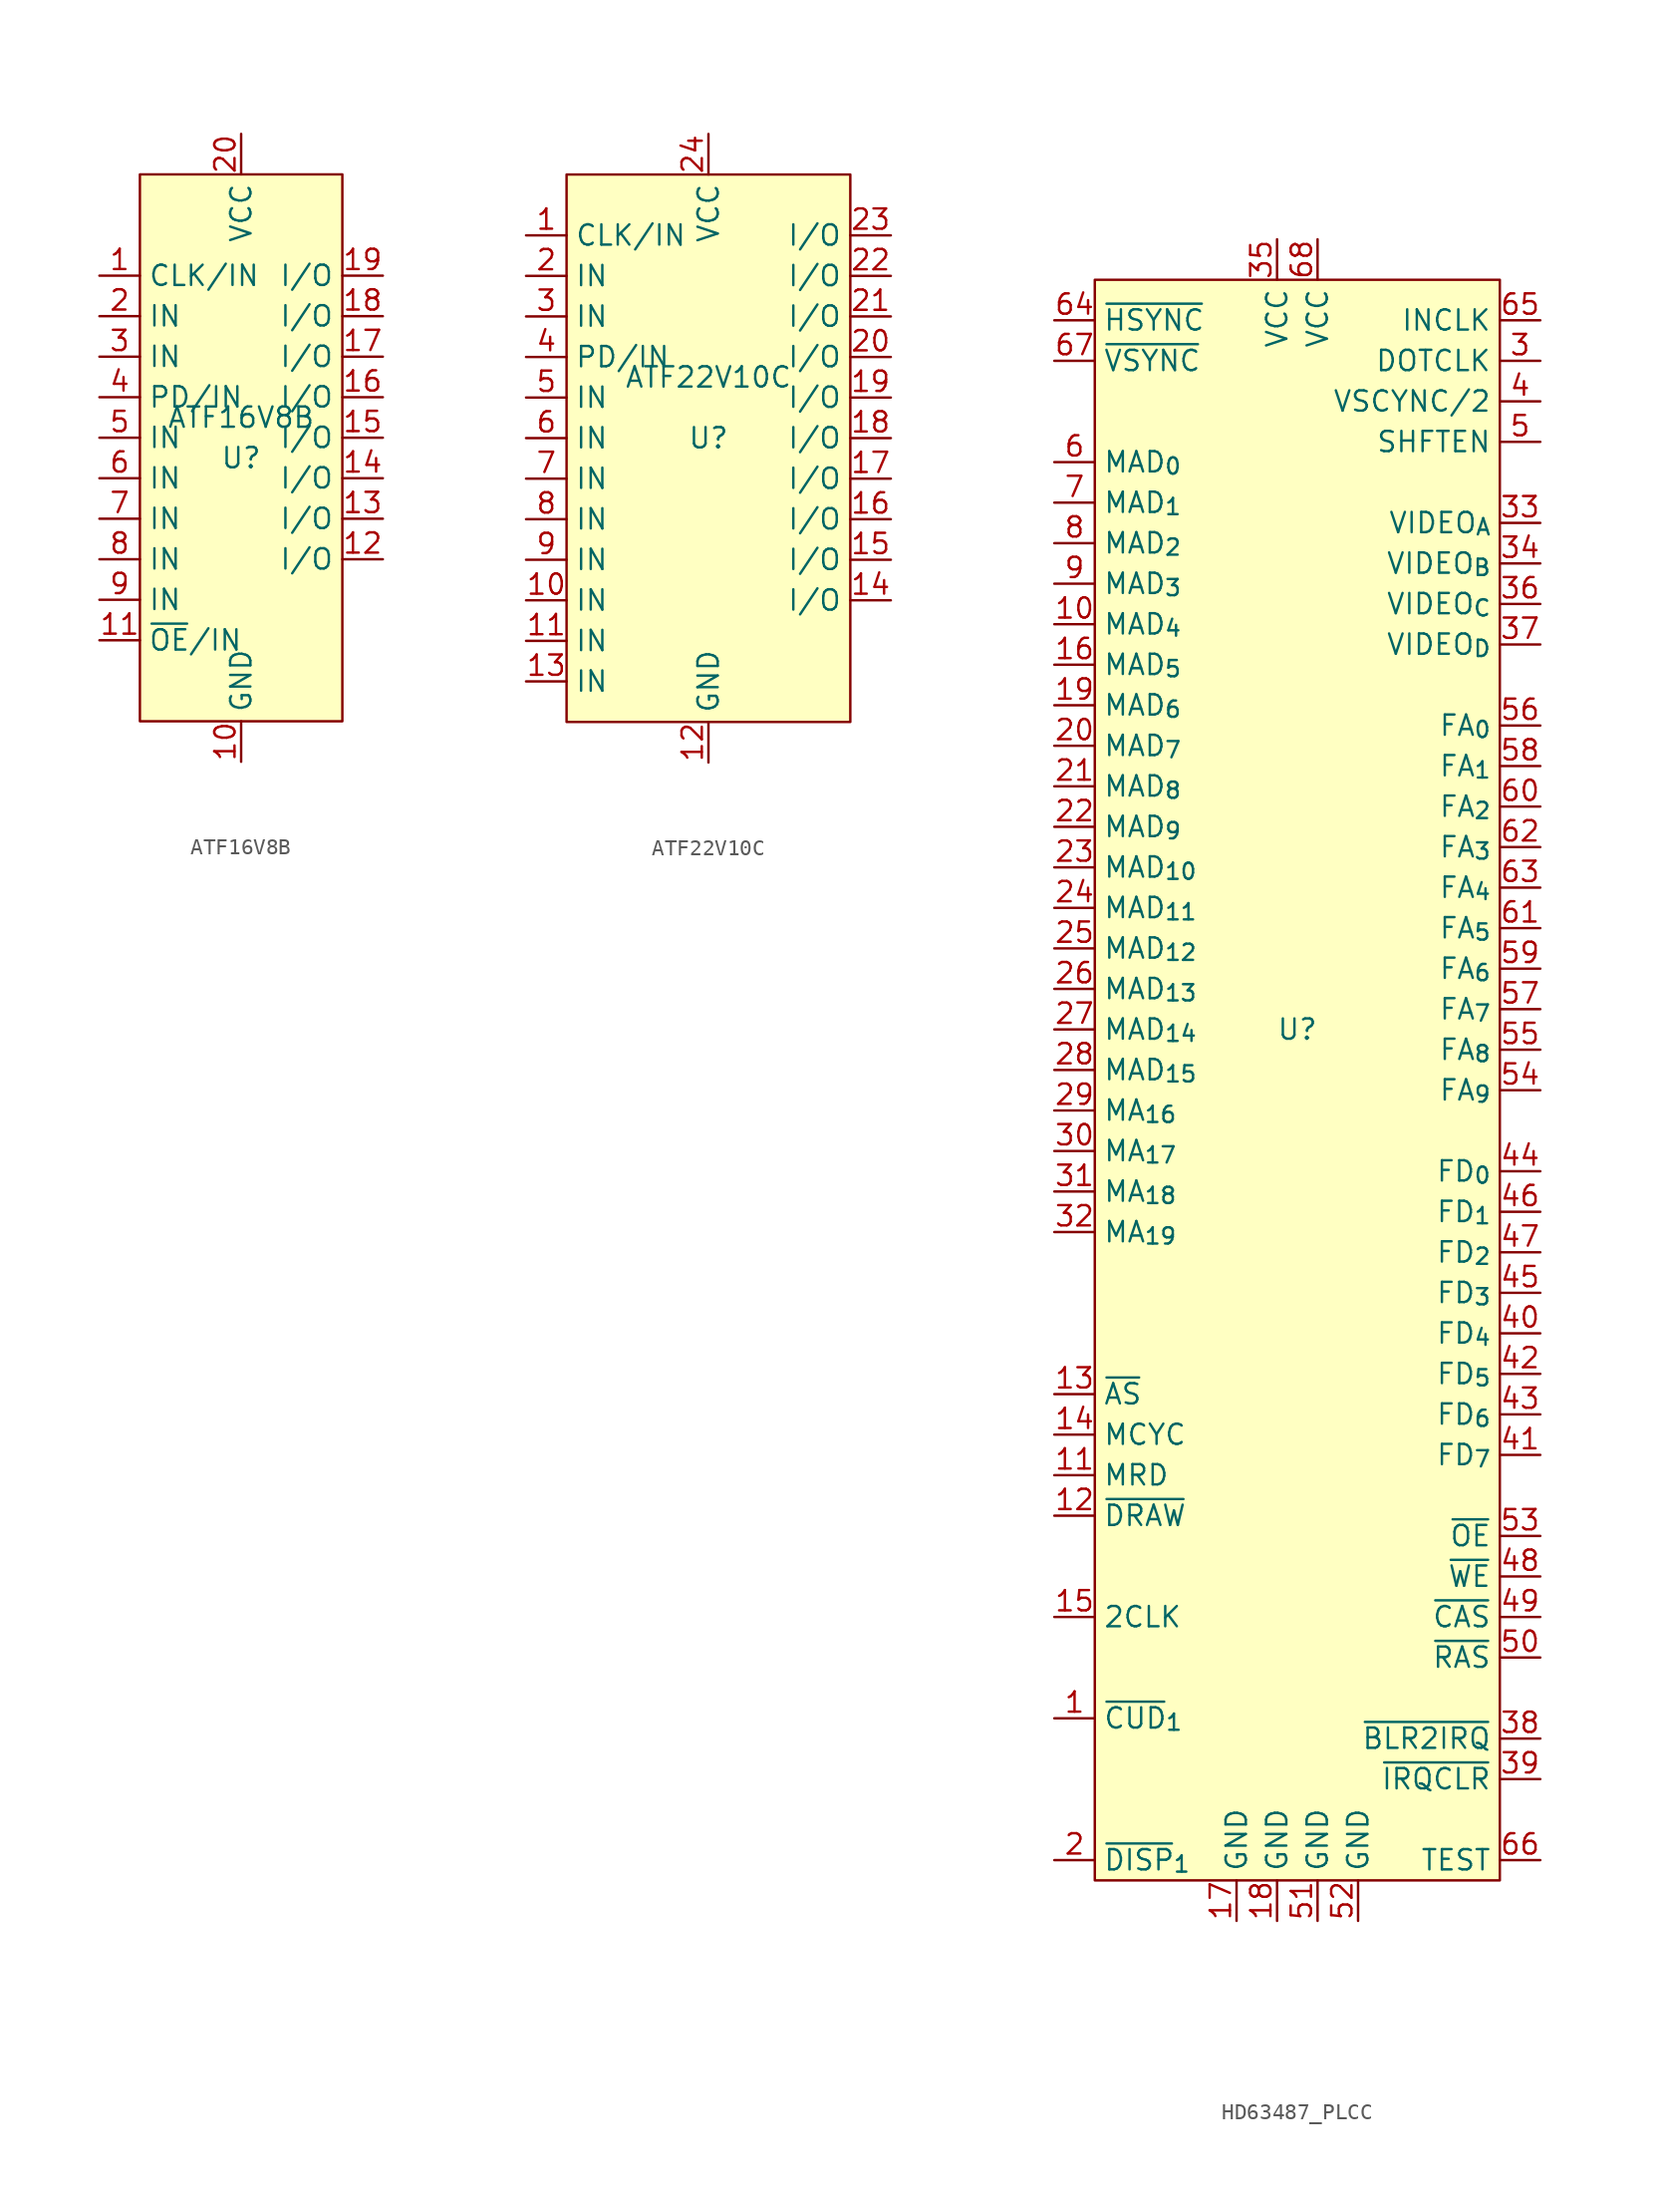
<source format=kicad_sym>
(kicad_symbol_lib
  (version 20231120)
  (generator "kicad_symbol_editor")
  (generator_version "8.0")
  (symbol "ATF16V8B"
    (property "Reference" "U"
      (at 0 0 0)
      (effects (font (size 1.27 1.27))))
    (property "Value" "ATF16V8B"
      (at 0 2.54 0)
      (effects (font (size 1.27 1.27))))
    (symbol "ATF16V8B_0_1"
      (rectangle (start -6.35 17.78) (end 6.35 -16.51) (stroke (width 0) (type default)) (fill (type background))))
    (symbol "ATF16V8B_1_1"
      (pin input line (at -8.89 11.43 0) (length 2.54) (name "CLK/IN" (effects (font (size 1.27 1.27)))) (number "1" (effects (font (size 1.27 1.27)))))
      (pin power_in line (at 0 -19.05 90) (length 2.54) (name "GND" (effects (font (size 1.27 1.27)))) (number "10" (effects (font (size 1.27 1.27)))))
      (pin input line (at -8.89 -11.43 0) (length 2.54) (name "~{OE}/IN" (effects (font (size 1.27 1.27)))) (number "11" (effects (font (size 1.27 1.27)))))
      (pin tri_state line (at 8.89 -6.35 180) (length 2.54) (name "I/O" (effects (font (size 1.27 1.27)))) (number "12" (effects (font (size 1.27 1.27)))))
      (pin tri_state line (at 8.89 -3.81 180) (length 2.54) (name "I/O" (effects (font (size 1.27 1.27)))) (number "13" (effects (font (size 1.27 1.27)))))
      (pin tri_state line (at 8.89 -1.27 180) (length 2.54) (name "I/O" (effects (font (size 1.27 1.27)))) (number "14" (effects (font (size 1.27 1.27)))))
      (pin tri_state line (at 8.89 1.27 180) (length 2.54) (name "I/O" (effects (font (size 1.27 1.27)))) (number "15" (effects (font (size 1.27 1.27)))))
      (pin tri_state line (at 8.89 3.81 180) (length 2.54) (name "I/O" (effects (font (size 1.27 1.27)))) (number "16" (effects (font (size 1.27 1.27)))))
      (pin tri_state line (at 8.89 6.35 180) (length 2.54) (name "I/O" (effects (font (size 1.27 1.27)))) (number "17" (effects (font (size 1.27 1.27)))))
      (pin tri_state line (at 8.89 8.89 180) (length 2.54) (name "I/O" (effects (font (size 1.27 1.27)))) (number "18" (effects (font (size 1.27 1.27)))))
      (pin tri_state line (at 8.89 11.43 180) (length 2.54) (name "I/O" (effects (font (size 1.27 1.27)))) (number "19" (effects (font (size 1.27 1.27)))))
      (pin input line (at -8.89 8.89 0) (length 2.54) (name "IN" (effects (font (size 1.27 1.27)))) (number "2" (effects (font (size 1.27 1.27)))))
      (pin power_in line (at 0 20.32 270) (length 2.54) (name "VCC" (effects (font (size 1.27 1.27)))) (number "20" (effects (font (size 1.27 1.27)))))
      (pin input line (at -8.89 6.35 0) (length 2.54) (name "IN" (effects (font (size 1.27 1.27)))) (number "3" (effects (font (size 1.27 1.27)))))
      (pin input line (at -8.89 3.81 0) (length 2.54) (name "PD/IN" (effects (font (size 1.27 1.27)))) (number "4" (effects (font (size 1.27 1.27)))))
      (pin input line (at -8.89 1.27 0) (length 2.54) (name "IN" (effects (font (size 1.27 1.27)))) (number "5" (effects (font (size 1.27 1.27)))))
      (pin input line (at -8.89 -1.27 0) (length 2.54) (name "IN" (effects (font (size 1.27 1.27)))) (number "6" (effects (font (size 1.27 1.27)))))
      (pin input line (at -8.89 -3.81 0) (length 2.54) (name "IN" (effects (font (size 1.27 1.27)))) (number "7" (effects (font (size 1.27 1.27)))))
      (pin input line (at -8.89 -6.35 0) (length 2.54) (name "IN" (effects (font (size 1.27 1.27)))) (number "8" (effects (font (size 1.27 1.27)))))
      (pin input line (at -8.89 -8.89 0) (length 2.54) (name "IN" (effects (font (size 1.27 1.27)))) (number "9" (effects (font (size 1.27 1.27)))))))
  (symbol "ATF22V10C"
    (property "Reference" "U"
      (at 0 0 0)
      (effects (font (size 1.27 1.27))))
    (property "Value" "ATF22V10C"
      (at 0 3.81 0)
      (effects (font (size 1.27 1.27))))
    (symbol "ATF22V10C_0_1"
      (rectangle (start -8.89 16.51) (end 8.89 -17.78) (stroke (width 0) (type default)) (fill (type background))))
    (symbol "ATF22V10C_1_1"
      (pin input line (at -11.43 12.7 0) (length 2.54) (name "CLK/IN" (effects (font (size 1.27 1.27)))) (number "1" (effects (font (size 1.27 1.27)))))
      (pin input line (at -11.43 -10.16 0) (length 2.54) (name "IN" (effects (font (size 1.27 1.27)))) (number "10" (effects (font (size 1.27 1.27)))))
      (pin input line (at -11.43 -12.7 0) (length 2.54) (name "IN" (effects (font (size 1.27 1.27)))) (number "11" (effects (font (size 1.27 1.27)))))
      (pin power_in line (at 0 -20.32 90) (length 2.54) (name "GND" (effects (font (size 1.27 1.27)))) (number "12" (effects (font (size 1.27 1.27)))))
      (pin input line (at -11.43 -15.24 0) (length 2.54) (name "IN" (effects (font (size 1.27 1.27)))) (number "13" (effects (font (size 1.27 1.27)))))
      (pin tri_state line (at 11.43 -10.16 180) (length 2.54) (name "I/O" (effects (font (size 1.27 1.27)))) (number "14" (effects (font (size 1.27 1.27)))))
      (pin tri_state line (at 11.43 -7.62 180) (length 2.54) (name "I/O" (effects (font (size 1.27 1.27)))) (number "15" (effects (font (size 1.27 1.27)))))
      (pin tri_state line (at 11.43 -5.08 180) (length 2.54) (name "I/O" (effects (font (size 1.27 1.27)))) (number "16" (effects (font (size 1.27 1.27)))))
      (pin tri_state line (at 11.43 -2.54 180) (length 2.54) (name "I/O" (effects (font (size 1.27 1.27)))) (number "17" (effects (font (size 1.27 1.27)))))
      (pin tri_state line (at 11.43 0 180) (length 2.54) (name "I/O" (effects (font (size 1.27 1.27)))) (number "18" (effects (font (size 1.27 1.27)))))
      (pin tri_state line (at 11.43 2.54 180) (length 2.54) (name "I/O" (effects (font (size 1.27 1.27)))) (number "19" (effects (font (size 1.27 1.27)))))
      (pin input line (at -11.43 10.16 0) (length 2.54) (name "IN" (effects (font (size 1.27 1.27)))) (number "2" (effects (font (size 1.27 1.27)))))
      (pin tri_state line (at 11.43 5.08 180) (length 2.54) (name "I/O" (effects (font (size 1.27 1.27)))) (number "20" (effects (font (size 1.27 1.27)))))
      (pin tri_state line (at 11.43 7.62 180) (length 2.54) (name "I/O" (effects (font (size 1.27 1.27)))) (number "21" (effects (font (size 1.27 1.27)))))
      (pin tri_state line (at 11.43 10.16 180) (length 2.54) (name "I/O" (effects (font (size 1.27 1.27)))) (number "22" (effects (font (size 1.27 1.27)))))
      (pin tri_state line (at 11.43 12.7 180) (length 2.54) (name "I/O" (effects (font (size 1.27 1.27)))) (number "23" (effects (font (size 1.27 1.27)))))
      (pin power_in line (at 0 19.05 270) (length 2.54) (name "VCC" (effects (font (size 1.27 1.27)))) (number "24" (effects (font (size 1.27 1.27)))))
      (pin input line (at -11.43 7.62 0) (length 2.54) (name "IN" (effects (font (size 1.27 1.27)))) (number "3" (effects (font (size 1.27 1.27)))))
      (pin input line (at -11.43 5.08 0) (length 2.54) (name "PD/IN" (effects (font (size 1.27 1.27)))) (number "4" (effects (font (size 1.27 1.27)))))
      (pin input line (at -11.43 2.54 0) (length 2.54) (name "IN" (effects (font (size 1.27 1.27)))) (number "5" (effects (font (size 1.27 1.27)))))
      (pin input line (at -11.43 0 0) (length 2.54) (name "IN" (effects (font (size 1.27 1.27)))) (number "6" (effects (font (size 1.27 1.27)))))
      (pin input line (at -11.43 -2.54 0) (length 2.54) (name "IN" (effects (font (size 1.27 1.27)))) (number "7" (effects (font (size 1.27 1.27)))))
      (pin input line (at -11.43 -5.08 0) (length 2.54) (name "IN" (effects (font (size 1.27 1.27)))) (number "8" (effects (font (size 1.27 1.27)))))
      (pin input line (at -11.43 -7.62 0) (length 2.54) (name "IN" (effects (font (size 1.27 1.27)))) (number "9" (effects (font (size 1.27 1.27)))))))
  (symbol "HD63487_PLCC"
    (property "Reference" "U"
      (at 0 0 0)
      (effects (font (size 1.27 1.27))))
    (property "Value" ""
      (at 0 -17.78 0)
      (effects (font (size 1.27 1.27))))
    (symbol "HD63487_PLCC_1_1"
      (rectangle (start -12.7 46.99) (end 12.7 -53.34) (stroke (width 0) (type default)) (fill (type background)))
      (pin input line (at -15.24 -43.18 0) (length 2.54) (name "~{CUD}_{1}" (effects (font (size 1.27 1.27)))) (number "1" (effects (font (size 1.27 1.27)))))
      (pin tri_state line (at -15.24 25.4 0) (length 2.54) (name "MAD_{4}" (effects (font (size 1.27 1.27)))) (number "10" (effects (font (size 1.27 1.27)))))
      (pin input line (at -15.24 -27.94 0) (length 2.54) (name "MRD" (effects (font (size 1.27 1.27)))) (number "11" (effects (font (size 1.27 1.27)))))
      (pin input line (at -15.24 -30.48 0) (length 2.54) (name "~{DRAW}" (effects (font (size 1.27 1.27)))) (number "12" (effects (font (size 1.27 1.27)))))
      (pin input line (at -15.24 -22.86 0) (length 2.54) (name "~{AS}" (effects (font (size 1.27 1.27)))) (number "13" (effects (font (size 1.27 1.27)))))
      (pin input line (at -15.24 -25.4 0) (length 2.54) (name "MCYC" (effects (font (size 1.27 1.27)))) (number "14" (effects (font (size 1.27 1.27)))))
      (pin output line (at -15.24 -36.83 0) (length 2.54) (name "2CLK" (effects (font (size 1.27 1.27)))) (number "15" (effects (font (size 1.27 1.27)))))
      (pin tri_state line (at -15.24 22.86 0) (length 2.54) (name "MAD_{5}" (effects (font (size 1.27 1.27)))) (number "16" (effects (font (size 1.27 1.27)))))
      (pin input line (at -3.81 -55.88 90) (length 2.54) (name "GND" (effects (font (size 1.27 1.27)))) (number "17" (effects (font (size 1.27 1.27)))))
      (pin input line (at -1.27 -55.88 90) (length 2.54) (name "GND" (effects (font (size 1.27 1.27)))) (number "18" (effects (font (size 1.27 1.27)))))
      (pin tri_state line (at -15.24 20.32 0) (length 2.54) (name "MAD_{6}" (effects (font (size 1.27 1.27)))) (number "19" (effects (font (size 1.27 1.27)))))
      (pin input line (at -15.24 -52.07 0) (length 2.54) (name "~{DISP}_{1}" (effects (font (size 1.27 1.27)))) (number "2" (effects (font (size 1.27 1.27)))))
      (pin tri_state line (at -15.24 17.78 0) (length 2.54) (name "MAD_{7}" (effects (font (size 1.27 1.27)))) (number "20" (effects (font (size 1.27 1.27)))))
      (pin tri_state line (at -15.24 15.24 0) (length 2.54) (name "MAD_{8}" (effects (font (size 1.27 1.27)))) (number "21" (effects (font (size 1.27 1.27)))))
      (pin tri_state line (at -15.24 12.7 0) (length 2.54) (name "MAD_{9}" (effects (font (size 1.27 1.27)))) (number "22" (effects (font (size 1.27 1.27)))))
      (pin tri_state line (at -15.24 10.16 0) (length 2.54) (name "MAD_{10}" (effects (font (size 1.27 1.27)))) (number "23" (effects (font (size 1.27 1.27)))))
      (pin tri_state line (at -15.24 7.62 0) (length 2.54) (name "MAD_{11}" (effects (font (size 1.27 1.27)))) (number "24" (effects (font (size 1.27 1.27)))))
      (pin tri_state line (at -15.24 5.08 0) (length 2.54) (name "MAD_{12}" (effects (font (size 1.27 1.27)))) (number "25" (effects (font (size 1.27 1.27)))))
      (pin tri_state line (at -15.24 2.54 0) (length 2.54) (name "MAD_{13}" (effects (font (size 1.27 1.27)))) (number "26" (effects (font (size 1.27 1.27)))))
      (pin tri_state line (at -15.24 0 0) (length 2.54) (name "MAD_{14}" (effects (font (size 1.27 1.27)))) (number "27" (effects (font (size 1.27 1.27)))))
      (pin tri_state line (at -15.24 -2.54 0) (length 2.54) (name "MAD_{15}" (effects (font (size 1.27 1.27)))) (number "28" (effects (font (size 1.27 1.27)))))
      (pin input line (at -15.24 -5.08 0) (length 2.54) (name "MA_{16}" (effects (font (size 1.27 1.27)))) (number "29" (effects (font (size 1.27 1.27)))))
      (pin output line (at 15.24 41.91 180) (length 2.54) (name "DOTCLK" (effects (font (size 1.27 1.27)))) (number "3" (effects (font (size 1.27 1.27)))))
      (pin input line (at -15.24 -7.62 0) (length 2.54) (name "MA_{17}" (effects (font (size 1.27 1.27)))) (number "30" (effects (font (size 1.27 1.27)))))
      (pin input line (at -15.24 -10.16 0) (length 2.54) (name "MA_{18}" (effects (font (size 1.27 1.27)))) (number "31" (effects (font (size 1.27 1.27)))))
      (pin input line (at -15.24 -12.7 0) (length 2.54) (name "MA_{19}" (effects (font (size 1.27 1.27)))) (number "32" (effects (font (size 1.27 1.27)))))
      (pin output line (at 15.24 31.75 180) (length 2.54) (name "VIDEO_{A}" (effects (font (size 1.27 1.27)))) (number "33" (effects (font (size 1.27 1.27)))))
      (pin output line (at 15.24 29.21 180) (length 2.54) (name "VIDEO_{B}" (effects (font (size 1.27 1.27)))) (number "34" (effects (font (size 1.27 1.27)))))
      (pin power_in line (at -1.27 49.53 270) (length 2.54) (name "VCC" (effects (font (size 1.27 1.27)))) (number "35" (effects (font (size 1.27 1.27)))))
      (pin output line (at 15.24 26.67 180) (length 2.54) (name "VIDEO_{C}" (effects (font (size 1.27 1.27)))) (number "36" (effects (font (size 1.27 1.27)))))
      (pin output line (at 15.24 24.13 180) (length 2.54) (name "VIDEO_{D}" (effects (font (size 1.27 1.27)))) (number "37" (effects (font (size 1.27 1.27)))))
      (pin output line (at 15.24 -44.45 180) (length 2.54) (name "~{BLR2IRQ}" (effects (font (size 1.27 1.27)))) (number "38" (effects (font (size 1.27 1.27)))))
      (pin input line (at 15.24 -46.99 180) (length 2.54) (name "~{IRQCLR}" (effects (font (size 1.27 1.27)))) (number "39" (effects (font (size 1.27 1.27)))))
      (pin output line (at 15.24 39.37 180) (length 2.54) (name "VSCYNC/2" (effects (font (size 1.27 1.27)))) (number "4" (effects (font (size 1.27 1.27)))))
      (pin bidirectional line (at 15.24 -19.05 180) (length 2.54) (name "FD_{4}" (effects (font (size 1.27 1.27)))) (number "40" (effects (font (size 1.27 1.27)))))
      (pin bidirectional line (at 15.24 -26.67 180) (length 2.54) (name "FD_{7}" (effects (font (size 1.27 1.27)))) (number "41" (effects (font (size 1.27 1.27)))))
      (pin bidirectional line (at 15.24 -21.59 180) (length 2.54) (name "FD_{5}" (effects (font (size 1.27 1.27)))) (number "42" (effects (font (size 1.27 1.27)))))
      (pin bidirectional line (at 15.24 -24.13 180) (length 2.54) (name "FD_{6}" (effects (font (size 1.27 1.27)))) (number "43" (effects (font (size 1.27 1.27)))))
      (pin bidirectional line (at 15.24 -8.89 180) (length 2.54) (name "FD_{0}" (effects (font (size 1.27 1.27)))) (number "44" (effects (font (size 1.27 1.27)))))
      (pin bidirectional line (at 15.24 -16.51 180) (length 2.54) (name "FD_{3}" (effects (font (size 1.27 1.27)))) (number "45" (effects (font (size 1.27 1.27)))))
      (pin bidirectional line (at 15.24 -11.43 180) (length 2.54) (name "FD_{1}" (effects (font (size 1.27 1.27)))) (number "46" (effects (font (size 1.27 1.27)))))
      (pin bidirectional line (at 15.24 -13.97 180) (length 2.54) (name "FD_{2}" (effects (font (size 1.27 1.27)))) (number "47" (effects (font (size 1.27 1.27)))))
      (pin output line (at 15.24 -34.29 180) (length 2.54) (name "~{WE}" (effects (font (size 1.27 1.27)))) (number "48" (effects (font (size 1.27 1.27)))))
      (pin output line (at 15.24 -36.83 180) (length 2.54) (name "~{CAS}" (effects (font (size 1.27 1.27)))) (number "49" (effects (font (size 1.27 1.27)))))
      (pin output line (at 15.24 36.83 180) (length 2.54) (name "SHFTEN" (effects (font (size 1.27 1.27)))) (number "5" (effects (font (size 1.27 1.27)))))
      (pin output line (at 15.24 -39.37 180) (length 2.54) (name "~{RAS}" (effects (font (size 1.27 1.27)))) (number "50" (effects (font (size 1.27 1.27)))))
      (pin input line (at 1.27 -55.88 90) (length 2.54) (name "GND" (effects (font (size 1.27 1.27)))) (number "51" (effects (font (size 1.27 1.27)))))
      (pin input line (at 3.81 -55.88 90) (length 2.54) (name "GND" (effects (font (size 1.27 1.27)))) (number "52" (effects (font (size 1.27 1.27)))))
      (pin output line (at 15.24 -31.75 180) (length 2.54) (name "~{OE}" (effects (font (size 1.27 1.27)))) (number "53" (effects (font (size 1.27 1.27)))))
      (pin output line (at 15.24 -3.81 180) (length 2.54) (name "FA_{9}" (effects (font (size 1.27 1.27)))) (number "54" (effects (font (size 1.27 1.27)))))
      (pin output line (at 15.24 -1.27 180) (length 2.54) (name "FA_{8}" (effects (font (size 1.27 1.27)))) (number "55" (effects (font (size 1.27 1.27)))))
      (pin output line (at 15.24 19.05 180) (length 2.54) (name "FA_{0}" (effects (font (size 1.27 1.27)))) (number "56" (effects (font (size 1.27 1.27)))))
      (pin output line (at 15.24 1.27 180) (length 2.54) (name "FA_{7}" (effects (font (size 1.27 1.27)))) (number "57" (effects (font (size 1.27 1.27)))))
      (pin output line (at 15.24 16.51 180) (length 2.54) (name "FA_{1}" (effects (font (size 1.27 1.27)))) (number "58" (effects (font (size 1.27 1.27)))))
      (pin output line (at 15.24 3.81 180) (length 2.54) (name "FA_{6}" (effects (font (size 1.27 1.27)))) (number "59" (effects (font (size 1.27 1.27)))))
      (pin tri_state line (at -15.24 35.56 0) (length 2.54) (name "MAD_{0}" (effects (font (size 1.27 1.27)))) (number "6" (effects (font (size 1.27 1.27)))))
      (pin output line (at 15.24 13.97 180) (length 2.54) (name "FA_{2}" (effects (font (size 1.27 1.27)))) (number "60" (effects (font (size 1.27 1.27)))))
      (pin output line (at 15.24 6.35 180) (length 2.54) (name "FA_{5}" (effects (font (size 1.27 1.27)))) (number "61" (effects (font (size 1.27 1.27)))))
      (pin output line (at 15.24 11.43 180) (length 2.54) (name "FA_{3}" (effects (font (size 1.27 1.27)))) (number "62" (effects (font (size 1.27 1.27)))))
      (pin output line (at 15.24 8.89 180) (length 2.54) (name "FA_{4}" (effects (font (size 1.27 1.27)))) (number "63" (effects (font (size 1.27 1.27)))))
      (pin input line (at -15.24 44.45 0) (length 2.54) (name "~{HSYNC}" (effects (font (size 1.27 1.27)))) (number "64" (effects (font (size 1.27 1.27)))))
      (pin input line (at 15.24 44.45 180) (length 2.54) (name "INCLK" (effects (font (size 1.27 1.27)))) (number "65" (effects (font (size 1.27 1.27)))))
      (pin input line (at 15.24 -52.07 180) (length 2.54) (name "TEST" (effects (font (size 1.27 1.27)))) (number "66" (effects (font (size 1.27 1.27)))))
      (pin input line (at -15.24 41.91 0) (length 2.54) (name "~{VSYNC}" (effects (font (size 1.27 1.27)))) (number "67" (effects (font (size 1.27 1.27)))))
      (pin power_in line (at 1.27 49.53 270) (length 2.54) (name "VCC" (effects (font (size 1.27 1.27)))) (number "68" (effects (font (size 1.27 1.27)))))
      (pin tri_state line (at -15.24 33.02 0) (length 2.54) (name "MAD_{1}" (effects (font (size 1.27 1.27)))) (number "7" (effects (font (size 1.27 1.27)))))
      (pin tri_state line (at -15.24 30.48 0) (length 2.54) (name "MAD_{2}" (effects (font (size 1.27 1.27)))) (number "8" (effects (font (size 1.27 1.27)))))
      (pin tri_state line (at -15.24 27.94 0) (length 2.54) (name "MAD_{3}" (effects (font (size 1.27 1.27)))) (number "9" (effects (font (size 1.27 1.27))))))))
</source>
